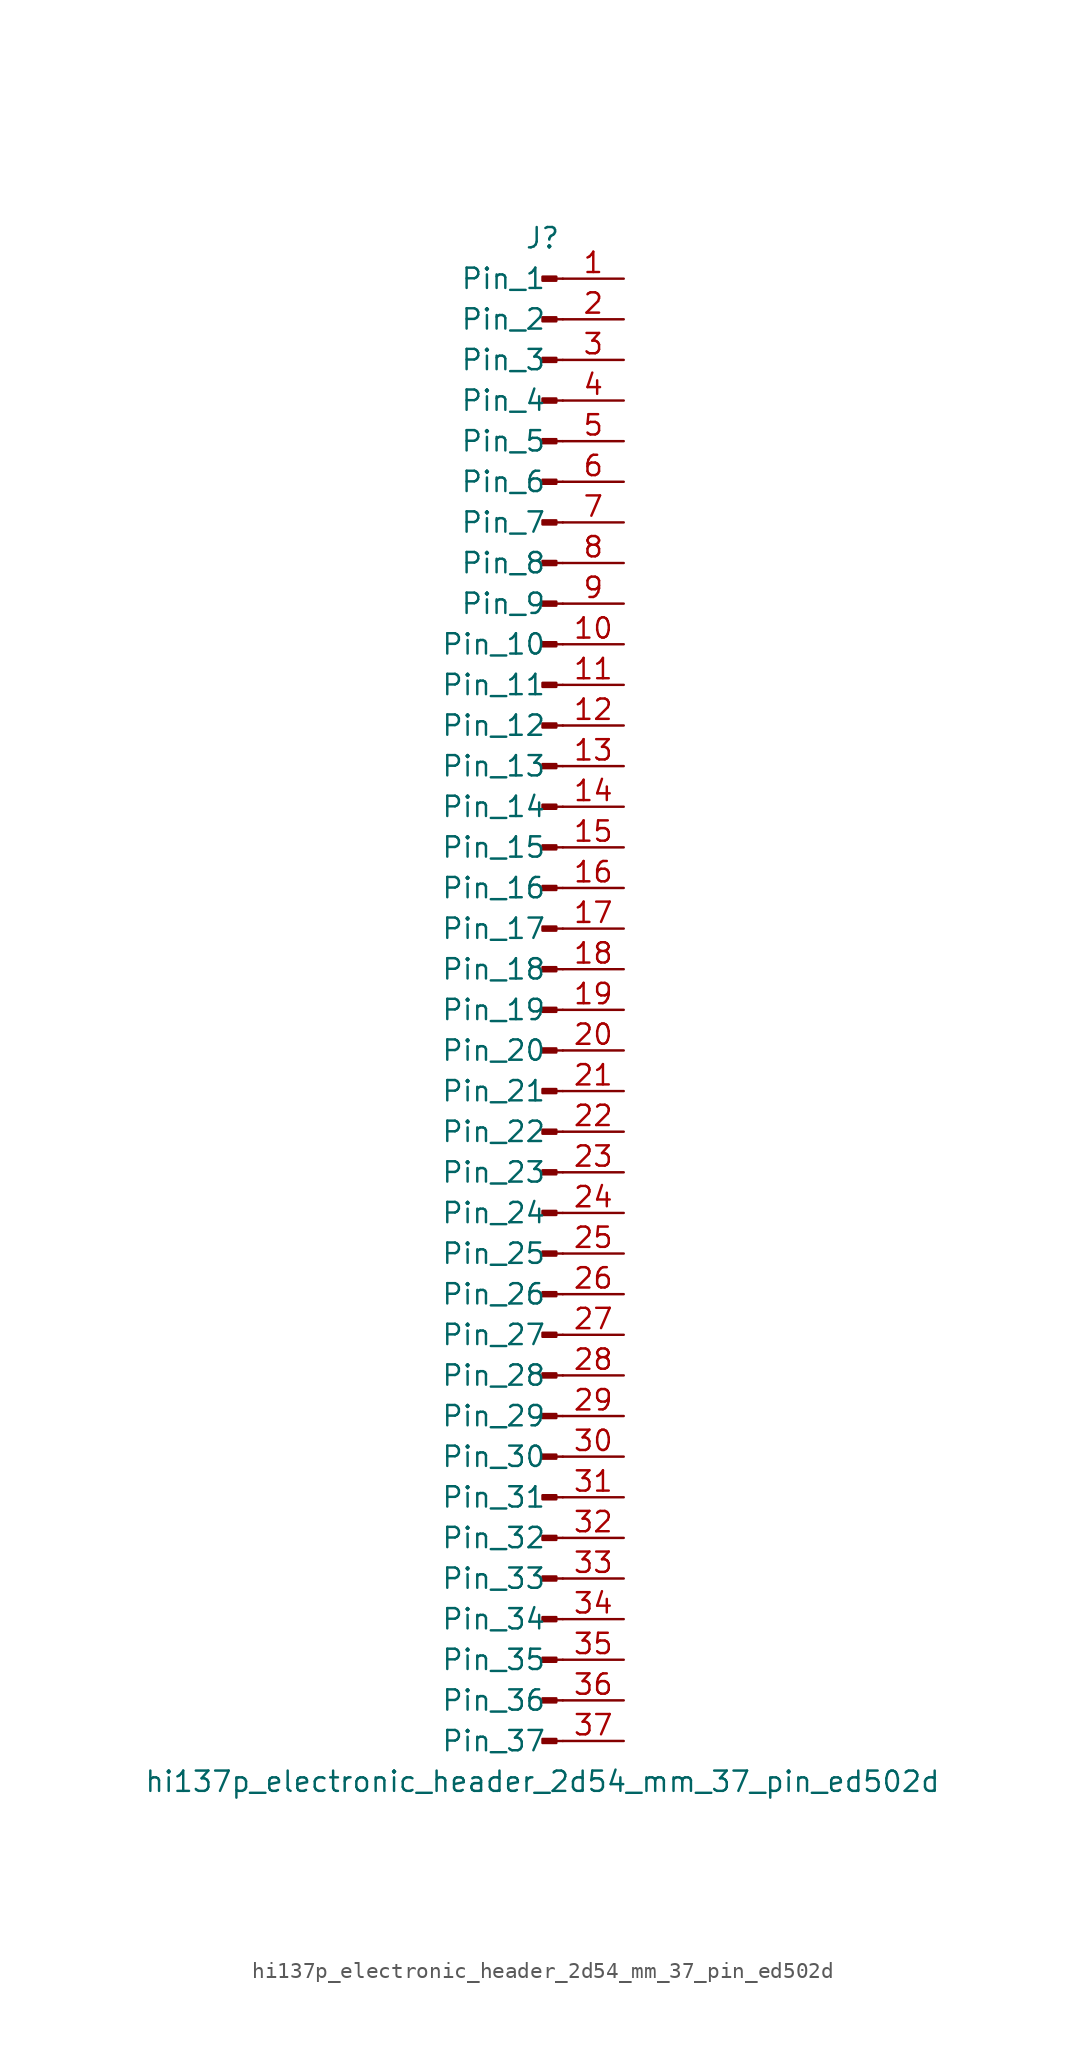
<source format=kicad_sym>
(kicad_symbol_lib
  (version 20220914)
  (generator kicad_symbol_editor)
  (symbol "hi137p_electronic_header_2d54_mm_37_pin_ed502d"
    (pin_names
      (offset 1.016))
    (property "Reference" "J"
      (at 0 48.26 0)
      (effects (font (size 1.27 1.27))))
    (property "Value" "hi137p_electronic_header_2d54_mm_37_pin_ed502d"
      (at 0 -48.26 0)
      (effects (font (size 1.27 1.27))))
    (property "ki_locked" ""
      (at 0 0 0)
      (effects (font (size 1.27 1.27))))
    (symbol "hi137p_electronic_header_2d54_mm_37_pin_ed502d_1_1"
      (polyline (pts (xy 1.27 -45.72) (xy 0.864 -45.72)) (stroke (width 0.152) (type default)) (fill (type none)))
      (polyline (pts (xy 1.27 -43.18) (xy 0.864 -43.18)) (stroke (width 0.152) (type default)) (fill (type none)))
      (polyline (pts (xy 1.27 -40.64) (xy 0.864 -40.64)) (stroke (width 0.152) (type default)) (fill (type none)))
      (polyline (pts (xy 1.27 -38.1) (xy 0.864 -38.1)) (stroke (width 0.152) (type default)) (fill (type none)))
      (polyline (pts (xy 1.27 -35.56) (xy 0.864 -35.56)) (stroke (width 0.152) (type default)) (fill (type none)))
      (polyline (pts (xy 1.27 -33.02) (xy 0.864 -33.02)) (stroke (width 0.152) (type default)) (fill (type none)))
      (polyline (pts (xy 1.27 -30.48) (xy 0.864 -30.48)) (stroke (width 0.152) (type default)) (fill (type none)))
      (polyline (pts (xy 1.27 -27.94) (xy 0.864 -27.94)) (stroke (width 0.152) (type default)) (fill (type none)))
      (polyline (pts (xy 1.27 -25.4) (xy 0.864 -25.4)) (stroke (width 0.152) (type default)) (fill (type none)))
      (polyline (pts (xy 1.27 -22.86) (xy 0.864 -22.86)) (stroke (width 0.152) (type default)) (fill (type none)))
      (polyline (pts (xy 1.27 -20.32) (xy 0.864 -20.32)) (stroke (width 0.152) (type default)) (fill (type none)))
      (polyline (pts (xy 1.27 -17.78) (xy 0.864 -17.78)) (stroke (width 0.152) (type default)) (fill (type none)))
      (polyline (pts (xy 1.27 -15.24) (xy 0.864 -15.24)) (stroke (width 0.152) (type default)) (fill (type none)))
      (polyline (pts (xy 1.27 -12.7) (xy 0.864 -12.7)) (stroke (width 0.152) (type default)) (fill (type none)))
      (polyline (pts (xy 1.27 -10.16) (xy 0.864 -10.16)) (stroke (width 0.152) (type default)) (fill (type none)))
      (polyline (pts (xy 1.27 -7.62) (xy 0.864 -7.62)) (stroke (width 0.152) (type default)) (fill (type none)))
      (polyline (pts (xy 1.27 -5.08) (xy 0.864 -5.08)) (stroke (width 0.152) (type default)) (fill (type none)))
      (polyline (pts (xy 1.27 -2.54) (xy 0.864 -2.54)) (stroke (width 0.152) (type default)) (fill (type none)))
      (polyline (pts (xy 1.27 0) (xy 0.864 0)) (stroke (width 0.152) (type default)) (fill (type none)))
      (polyline (pts (xy 1.27 2.54) (xy 0.864 2.54)) (stroke (width 0.152) (type default)) (fill (type none)))
      (polyline (pts (xy 1.27 5.08) (xy 0.864 5.08)) (stroke (width 0.152) (type default)) (fill (type none)))
      (polyline (pts (xy 1.27 7.62) (xy 0.864 7.62)) (stroke (width 0.152) (type default)) (fill (type none)))
      (polyline (pts (xy 1.27 10.16) (xy 0.864 10.16)) (stroke (width 0.152) (type default)) (fill (type none)))
      (polyline (pts (xy 1.27 12.7) (xy 0.864 12.7)) (stroke (width 0.152) (type default)) (fill (type none)))
      (polyline (pts (xy 1.27 15.24) (xy 0.864 15.24)) (stroke (width 0.152) (type default)) (fill (type none)))
      (polyline (pts (xy 1.27 17.78) (xy 0.864 17.78)) (stroke (width 0.152) (type default)) (fill (type none)))
      (polyline (pts (xy 1.27 20.32) (xy 0.864 20.32)) (stroke (width 0.152) (type default)) (fill (type none)))
      (polyline (pts (xy 1.27 22.86) (xy 0.864 22.86)) (stroke (width 0.152) (type default)) (fill (type none)))
      (polyline (pts (xy 1.27 25.4) (xy 0.864 25.4)) (stroke (width 0.152) (type default)) (fill (type none)))
      (polyline (pts (xy 1.27 27.94) (xy 0.864 27.94)) (stroke (width 0.152) (type default)) (fill (type none)))
      (polyline (pts (xy 1.27 30.48) (xy 0.864 30.48)) (stroke (width 0.152) (type default)) (fill (type none)))
      (polyline (pts (xy 1.27 33.02) (xy 0.864 33.02)) (stroke (width 0.152) (type default)) (fill (type none)))
      (polyline (pts (xy 1.27 35.56) (xy 0.864 35.56)) (stroke (width 0.152) (type default)) (fill (type none)))
      (polyline (pts (xy 1.27 38.1) (xy 0.864 38.1)) (stroke (width 0.152) (type default)) (fill (type none)))
      (polyline (pts (xy 1.27 40.64) (xy 0.864 40.64)) (stroke (width 0.152) (type default)) (fill (type none)))
      (polyline (pts (xy 1.27 43.18) (xy 0.864 43.18)) (stroke (width 0.152) (type default)) (fill (type none)))
      (polyline (pts (xy 1.27 45.72) (xy 0.864 45.72)) (stroke (width 0.152) (type default)) (fill (type none)))
      (rectangle (start 0.864 -45.593) (end 0 -45.847) (stroke (width 0.152) (type default)) (fill (type outline)))
      (rectangle (start 0.864 -43.053) (end 0 -43.307) (stroke (width 0.152) (type default)) (fill (type outline)))
      (rectangle (start 0.864 -40.513) (end 0 -40.767) (stroke (width 0.152) (type default)) (fill (type outline)))
      (rectangle (start 0.864 -37.973) (end 0 -38.227) (stroke (width 0.152) (type default)) (fill (type outline)))
      (rectangle (start 0.864 -35.433) (end 0 -35.687) (stroke (width 0.152) (type default)) (fill (type outline)))
      (rectangle (start 0.864 -32.893) (end 0 -33.147) (stroke (width 0.152) (type default)) (fill (type outline)))
      (rectangle (start 0.864 -30.353) (end 0 -30.607) (stroke (width 0.152) (type default)) (fill (type outline)))
      (rectangle (start 0.864 -27.813) (end 0 -28.067) (stroke (width 0.152) (type default)) (fill (type outline)))
      (rectangle (start 0.864 -25.273) (end 0 -25.527) (stroke (width 0.152) (type default)) (fill (type outline)))
      (rectangle (start 0.864 -22.733) (end 0 -22.987) (stroke (width 0.152) (type default)) (fill (type outline)))
      (rectangle (start 0.864 -20.193) (end 0 -20.447) (stroke (width 0.152) (type default)) (fill (type outline)))
      (rectangle (start 0.864 -17.653) (end 0 -17.907) (stroke (width 0.152) (type default)) (fill (type outline)))
      (rectangle (start 0.864 -15.113) (end 0 -15.367) (stroke (width 0.152) (type default)) (fill (type outline)))
      (rectangle (start 0.864 -12.573) (end 0 -12.827) (stroke (width 0.152) (type default)) (fill (type outline)))
      (rectangle (start 0.864 -10.033) (end 0 -10.287) (stroke (width 0.152) (type default)) (fill (type outline)))
      (rectangle (start 0.864 -7.493) (end 0 -7.747) (stroke (width 0.152) (type default)) (fill (type outline)))
      (rectangle (start 0.864 -4.953) (end 0 -5.207) (stroke (width 0.152) (type default)) (fill (type outline)))
      (rectangle (start 0.864 -2.413) (end 0 -2.667) (stroke (width 0.152) (type default)) (fill (type outline)))
      (rectangle (start 0.864 0.127) (end 0 -0.127) (stroke (width 0.152) (type default)) (fill (type outline)))
      (rectangle (start 0.864 2.667) (end 0 2.413) (stroke (width 0.152) (type default)) (fill (type outline)))
      (rectangle (start 0.864 5.207) (end 0 4.953) (stroke (width 0.152) (type default)) (fill (type outline)))
      (rectangle (start 0.864 7.747) (end 0 7.493) (stroke (width 0.152) (type default)) (fill (type outline)))
      (rectangle (start 0.864 10.287) (end 0 10.033) (stroke (width 0.152) (type default)) (fill (type outline)))
      (rectangle (start 0.864 12.827) (end 0 12.573) (stroke (width 0.152) (type default)) (fill (type outline)))
      (rectangle (start 0.864 15.367) (end 0 15.113) (stroke (width 0.152) (type default)) (fill (type outline)))
      (rectangle (start 0.864 17.907) (end 0 17.653) (stroke (width 0.152) (type default)) (fill (type outline)))
      (rectangle (start 0.864 20.447) (end 0 20.193) (stroke (width 0.152) (type default)) (fill (type outline)))
      (rectangle (start 0.864 22.987) (end 0 22.733) (stroke (width 0.152) (type default)) (fill (type outline)))
      (rectangle (start 0.864 25.527) (end 0 25.273) (stroke (width 0.152) (type default)) (fill (type outline)))
      (rectangle (start 0.864 28.067) (end 0 27.813) (stroke (width 0.152) (type default)) (fill (type outline)))
      (rectangle (start 0.864 30.607) (end 0 30.353) (stroke (width 0.152) (type default)) (fill (type outline)))
      (rectangle (start 0.864 33.147) (end 0 32.893) (stroke (width 0.152) (type default)) (fill (type outline)))
      (rectangle (start 0.864 35.687) (end 0 35.433) (stroke (width 0.152) (type default)) (fill (type outline)))
      (rectangle (start 0.864 38.227) (end 0 37.973) (stroke (width 0.152) (type default)) (fill (type outline)))
      (rectangle (start 0.864 40.767) (end 0 40.513) (stroke (width 0.152) (type default)) (fill (type outline)))
      (rectangle (start 0.864 43.307) (end 0 43.053) (stroke (width 0.152) (type default)) (fill (type outline)))
      (rectangle (start 0.864 45.847) (end 0 45.593) (stroke (width 0.152) (type default)) (fill (type outline)))
      (pin passive line (at 5.08 45.72 180) (length 3.81) (name "Pin_1" (effects (font (size 1.27 1.27)))) (number "1" (effects (font (size 1.27 1.27)))))
      (pin passive line (at 5.08 22.86 180) (length 3.81) (name "Pin_10" (effects (font (size 1.27 1.27)))) (number "10" (effects (font (size 1.27 1.27)))))
      (pin passive line (at 5.08 20.32 180) (length 3.81) (name "Pin_11" (effects (font (size 1.27 1.27)))) (number "11" (effects (font (size 1.27 1.27)))))
      (pin passive line (at 5.08 17.78 180) (length 3.81) (name "Pin_12" (effects (font (size 1.27 1.27)))) (number "12" (effects (font (size 1.27 1.27)))))
      (pin passive line (at 5.08 15.24 180) (length 3.81) (name "Pin_13" (effects (font (size 1.27 1.27)))) (number "13" (effects (font (size 1.27 1.27)))))
      (pin passive line (at 5.08 12.7 180) (length 3.81) (name "Pin_14" (effects (font (size 1.27 1.27)))) (number "14" (effects (font (size 1.27 1.27)))))
      (pin passive line (at 5.08 10.16 180) (length 3.81) (name "Pin_15" (effects (font (size 1.27 1.27)))) (number "15" (effects (font (size 1.27 1.27)))))
      (pin passive line (at 5.08 7.62 180) (length 3.81) (name "Pin_16" (effects (font (size 1.27 1.27)))) (number "16" (effects (font (size 1.27 1.27)))))
      (pin passive line (at 5.08 5.08 180) (length 3.81) (name "Pin_17" (effects (font (size 1.27 1.27)))) (number "17" (effects (font (size 1.27 1.27)))))
      (pin passive line (at 5.08 2.54 180) (length 3.81) (name "Pin_18" (effects (font (size 1.27 1.27)))) (number "18" (effects (font (size 1.27 1.27)))))
      (pin passive line (at 5.08 0 180) (length 3.81) (name "Pin_19" (effects (font (size 1.27 1.27)))) (number "19" (effects (font (size 1.27 1.27)))))
      (pin passive line (at 5.08 43.18 180) (length 3.81) (name "Pin_2" (effects (font (size 1.27 1.27)))) (number "2" (effects (font (size 1.27 1.27)))))
      (pin passive line (at 5.08 -2.54 180) (length 3.81) (name "Pin_20" (effects (font (size 1.27 1.27)))) (number "20" (effects (font (size 1.27 1.27)))))
      (pin passive line (at 5.08 -5.08 180) (length 3.81) (name "Pin_21" (effects (font (size 1.27 1.27)))) (number "21" (effects (font (size 1.27 1.27)))))
      (pin passive line (at 5.08 -7.62 180) (length 3.81) (name "Pin_22" (effects (font (size 1.27 1.27)))) (number "22" (effects (font (size 1.27 1.27)))))
      (pin passive line (at 5.08 -10.16 180) (length 3.81) (name "Pin_23" (effects (font (size 1.27 1.27)))) (number "23" (effects (font (size 1.27 1.27)))))
      (pin passive line (at 5.08 -12.7 180) (length 3.81) (name "Pin_24" (effects (font (size 1.27 1.27)))) (number "24" (effects (font (size 1.27 1.27)))))
      (pin passive line (at 5.08 -15.24 180) (length 3.81) (name "Pin_25" (effects (font (size 1.27 1.27)))) (number "25" (effects (font (size 1.27 1.27)))))
      (pin passive line (at 5.08 -17.78 180) (length 3.81) (name "Pin_26" (effects (font (size 1.27 1.27)))) (number "26" (effects (font (size 1.27 1.27)))))
      (pin passive line (at 5.08 -20.32 180) (length 3.81) (name "Pin_27" (effects (font (size 1.27 1.27)))) (number "27" (effects (font (size 1.27 1.27)))))
      (pin passive line (at 5.08 -22.86 180) (length 3.81) (name "Pin_28" (effects (font (size 1.27 1.27)))) (number "28" (effects (font (size 1.27 1.27)))))
      (pin passive line (at 5.08 -25.4 180) (length 3.81) (name "Pin_29" (effects (font (size 1.27 1.27)))) (number "29" (effects (font (size 1.27 1.27)))))
      (pin passive line (at 5.08 40.64 180) (length 3.81) (name "Pin_3" (effects (font (size 1.27 1.27)))) (number "3" (effects (font (size 1.27 1.27)))))
      (pin passive line (at 5.08 -27.94 180) (length 3.81) (name "Pin_30" (effects (font (size 1.27 1.27)))) (number "30" (effects (font (size 1.27 1.27)))))
      (pin passive line (at 5.08 -30.48 180) (length 3.81) (name "Pin_31" (effects (font (size 1.27 1.27)))) (number "31" (effects (font (size 1.27 1.27)))))
      (pin passive line (at 5.08 -33.02 180) (length 3.81) (name "Pin_32" (effects (font (size 1.27 1.27)))) (number "32" (effects (font (size 1.27 1.27)))))
      (pin passive line (at 5.08 -35.56 180) (length 3.81) (name "Pin_33" (effects (font (size 1.27 1.27)))) (number "33" (effects (font (size 1.27 1.27)))))
      (pin passive line (at 5.08 -38.1 180) (length 3.81) (name "Pin_34" (effects (font (size 1.27 1.27)))) (number "34" (effects (font (size 1.27 1.27)))))
      (pin passive line (at 5.08 -40.64 180) (length 3.81) (name "Pin_35" (effects (font (size 1.27 1.27)))) (number "35" (effects (font (size 1.27 1.27)))))
      (pin passive line (at 5.08 -43.18 180) (length 3.81) (name "Pin_36" (effects (font (size 1.27 1.27)))) (number "36" (effects (font (size 1.27 1.27)))))
      (pin passive line (at 5.08 -45.72 180) (length 3.81) (name "Pin_37" (effects (font (size 1.27 1.27)))) (number "37" (effects (font (size 1.27 1.27)))))
      (pin passive line (at 5.08 38.1 180) (length 3.81) (name "Pin_4" (effects (font (size 1.27 1.27)))) (number "4" (effects (font (size 1.27 1.27)))))
      (pin passive line (at 5.08 35.56 180) (length 3.81) (name "Pin_5" (effects (font (size 1.27 1.27)))) (number "5" (effects (font (size 1.27 1.27)))))
      (pin passive line (at 5.08 33.02 180) (length 3.81) (name "Pin_6" (effects (font (size 1.27 1.27)))) (number "6" (effects (font (size 1.27 1.27)))))
      (pin passive line (at 5.08 30.48 180) (length 3.81) (name "Pin_7" (effects (font (size 1.27 1.27)))) (number "7" (effects (font (size 1.27 1.27)))))
      (pin passive line (at 5.08 27.94 180) (length 3.81) (name "Pin_8" (effects (font (size 1.27 1.27)))) (number "8" (effects (font (size 1.27 1.27)))))
      (pin passive line (at 5.08 25.4 180) (length 3.81) (name "Pin_9" (effects (font (size 1.27 1.27)))) (number "9" (effects (font (size 1.27 1.27))))))))
</source>
